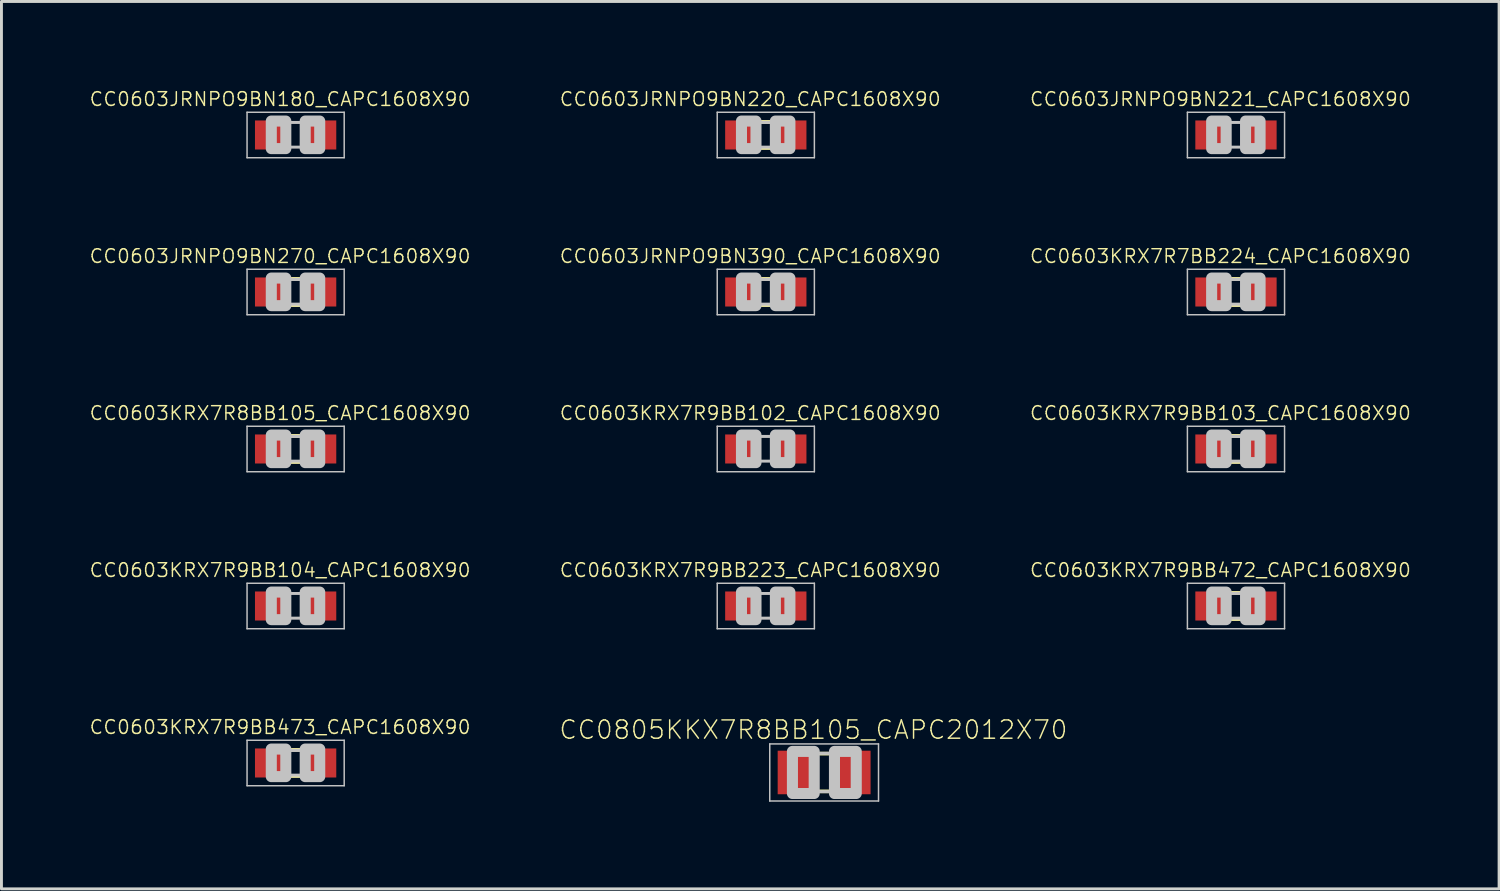
<source format=kicad_pcb>
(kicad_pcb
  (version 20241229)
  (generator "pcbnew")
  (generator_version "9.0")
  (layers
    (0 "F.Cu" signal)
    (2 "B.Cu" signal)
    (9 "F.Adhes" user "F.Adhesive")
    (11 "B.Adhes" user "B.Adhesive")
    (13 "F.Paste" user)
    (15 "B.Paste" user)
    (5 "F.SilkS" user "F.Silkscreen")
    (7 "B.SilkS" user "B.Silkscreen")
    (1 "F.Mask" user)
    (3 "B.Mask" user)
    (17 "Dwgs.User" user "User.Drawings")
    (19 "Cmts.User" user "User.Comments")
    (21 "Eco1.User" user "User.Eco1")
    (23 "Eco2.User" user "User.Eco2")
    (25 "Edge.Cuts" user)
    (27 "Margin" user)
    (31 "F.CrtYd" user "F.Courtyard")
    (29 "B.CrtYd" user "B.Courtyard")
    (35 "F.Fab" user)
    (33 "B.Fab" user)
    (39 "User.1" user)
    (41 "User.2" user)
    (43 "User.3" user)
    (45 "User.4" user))
  (footprint "CC0805KKX7R8BB105_CAPC2012X70"
    (layer "F.Cu")
    (at 25.335 23.556)
    (property "Reference" "CC0805KKX7R8BB105_CAPC2012X70" (at -0.37 -1.47 0) (layer "F.SilkS") (effects (font (size 0.63 0.63) (thickness 0.05))))
    (attr smd)
    (fp_line (start -0.15 -0.65) (end 0.15 -0.65) (stroke (width 0.127) (type solid)) (layer "F.SilkS"))
    (fp_line (start -0.15 0.65) (end 0.15 0.65) (stroke (width 0.127) (type solid)) (layer "F.SilkS"))
    (fp_line (start -1.873 -0.983) (end 1.873 -0.983) (stroke (width 0.051) (type solid)) (layer "Dwgs.User"))
    (fp_line (start -1.873 0.983) (end -1.873 -0.983) (stroke (width 0.051) (type solid)) (layer "Dwgs.User"))
    (fp_line (start -0.381 -0.66) (end 0.381 -0.66) (stroke (width 0.102) (type solid)) (layer "Dwgs.User"))
    (fp_line (start -0.356 0.66) (end 0.381 0.66) (stroke (width 0.102) (type solid)) (layer "Dwgs.User"))
    (fp_line (start 1.873 -0.983) (end 1.873 0.983) (stroke (width 0.051) (type solid)) (layer "Dwgs.User"))
    (fp_line (start 1.873 0.983) (end -1.873 0.983) (stroke (width 0.051) (type solid)) (layer "Dwgs.User"))
    (fp_poly (pts (xy -1.092 -0.726) (xy -0.342 -0.726) (xy -0.342 0.724) (xy -1.092 0.724)) (stroke (width 0.381) (type solid)) (fill no) (layer "Dwgs.User"))
    (fp_poly (pts (xy 0.356 -0.726) (xy 1.106 -0.726) (xy 1.106 0.724) (xy 0.356 0.724)) (stroke (width 0.381) (type solid)) (fill no) (layer "Dwgs.User"))
    (pad "1" smd rect (at -0.95 0) (size 1.3 1.5) (layers "F.Cu" "F.Mask" "F.Paste"))
    (pad "2" smd rect (at 0.95 0) (size 1.3 1.5) (layers "F.Cu" "F.Mask" "F.Paste")))
  (footprint "CC0603KRX7R8BB105_CAPC1608X90"
    (layer "F.Cu")
    (at 7.132 12.414)
    (property "Reference" "CC0603KRX7R8BB105_CAPC1608X90" (at -0.535 -1.235 0) (layer "F.SilkS") (effects (font (size 0.472 0.472) (thickness 0.05))))
    (attr smd)
    (fp_line (start -0.15 -0.45) (end 0.15 -0.45) (stroke (width 0.127) (type solid)) (layer "F.SilkS"))
    (fp_line (start -0.15 0.45) (end 0.15 0.45) (stroke (width 0.127) (type solid)) (layer "F.SilkS"))
    (fp_line (start -1.673 -0.783) (end 1.673 -0.783) (stroke (width 0.051) (type solid)) (layer "Dwgs.User"))
    (fp_line (start -1.673 0.783) (end -1.673 -0.783) (stroke (width 0.051) (type solid)) (layer "Dwgs.User"))
    (fp_line (start -0.356 -0.432) (end 0.356 -0.432) (stroke (width 0.102) (type solid)) (layer "Dwgs.User"))
    (fp_line (start -0.356 0.419) (end 0.356 0.419) (stroke (width 0.102) (type solid)) (layer "Dwgs.User"))
    (fp_line (start 1.673 -0.783) (end 1.673 0.783) (stroke (width 0.051) (type solid)) (layer "Dwgs.User"))
    (fp_line (start 1.673 0.783) (end -1.673 0.783) (stroke (width 0.051) (type solid)) (layer "Dwgs.User"))
    (fp_poly (pts (xy -0.838 -0.48) (xy -0.338 -0.48) (xy -0.338 0.47) (xy -0.838 0.47)) (stroke (width 0.381) (type solid)) (fill no) (layer "Dwgs.User"))
    (fp_poly (pts (xy 0.33 -0.48) (xy 0.83 -0.48) (xy 0.83 0.47) (xy 0.33 0.47)) (stroke (width 0.381) (type solid)) (fill no) (layer "Dwgs.User"))
    (pad "1" smd rect (at -0.85 0) (size 1.1 1) (layers "F.Cu" "F.Mask" "F.Paste"))
    (pad "2" smd rect (at 0.85 0) (size 1.1 1) (layers "F.Cu" "F.Mask" "F.Paste")))
  (footprint "CC0603KRX7R9BB472_CAPC1608X90"
    (layer "F.Cu")
    (at 39.52 17.822)
    (property "Reference" "CC0603KRX7R9BB472_CAPC1608X90" (at -0.535 -1.235 0) (layer "F.SilkS") (effects (font (size 0.472 0.472) (thickness 0.05))))
    (attr smd)
    (fp_line (start -0.15 -0.45) (end 0.15 -0.45) (stroke (width 0.127) (type solid)) (layer "F.SilkS"))
    (fp_line (start -0.15 0.45) (end 0.15 0.45) (stroke (width 0.127) (type solid)) (layer "F.SilkS"))
    (fp_line (start -1.673 -0.783) (end 1.673 -0.783) (stroke (width 0.051) (type solid)) (layer "Dwgs.User"))
    (fp_line (start -1.673 0.783) (end -1.673 -0.783) (stroke (width 0.051) (type solid)) (layer "Dwgs.User"))
    (fp_line (start -0.356 -0.432) (end 0.356 -0.432) (stroke (width 0.102) (type solid)) (layer "Dwgs.User"))
    (fp_line (start -0.356 0.419) (end 0.356 0.419) (stroke (width 0.102) (type solid)) (layer "Dwgs.User"))
    (fp_line (start 1.673 -0.783) (end 1.673 0.783) (stroke (width 0.051) (type solid)) (layer "Dwgs.User"))
    (fp_line (start 1.673 0.783) (end -1.673 0.783) (stroke (width 0.051) (type solid)) (layer "Dwgs.User"))
    (fp_poly (pts (xy -0.838 -0.48) (xy -0.338 -0.48) (xy -0.338 0.47) (xy -0.838 0.47)) (stroke (width 0.381) (type solid)) (fill no) (layer "Dwgs.User"))
    (fp_poly (pts (xy 0.33 -0.48) (xy 0.83 -0.48) (xy 0.83 0.47) (xy 0.33 0.47)) (stroke (width 0.381) (type solid)) (fill no) (layer "Dwgs.User"))
    (pad "1" smd rect (at -0.85 0) (size 1.1 1) (layers "F.Cu" "F.Mask" "F.Paste"))
    (pad "2" smd rect (at 0.85 0) (size 1.1 1) (layers "F.Cu" "F.Mask" "F.Paste")))
  (footprint "CC0603KRX7R9BB102_CAPC1608X90"
    (layer "F.Cu")
    (at 23.326 12.414)
    (property "Reference" "CC0603KRX7R9BB102_CAPC1608X90" (at -0.535 -1.235 0) (layer "F.SilkS") (effects (font (size 0.472 0.472) (thickness 0.05))))
    (attr smd)
    (fp_line (start -1.673 -0.783) (end 1.673 -0.783) (stroke (width 0.051) (type solid)) (layer "Dwgs.User"))
    (fp_line (start -1.673 0.783) (end -1.673 -0.783) (stroke (width 0.051) (type solid)) (layer "Dwgs.User"))
    (fp_line (start -0.356 -0.432) (end 0.356 -0.432) (stroke (width 0.102) (type solid)) (layer "Dwgs.User"))
    (fp_line (start -0.356 0.419) (end 0.356 0.419) (stroke (width 0.102) (type solid)) (layer "Dwgs.User"))
    (fp_line (start 1.673 -0.783) (end 1.673 0.783) (stroke (width 0.051) (type solid)) (layer "Dwgs.User"))
    (fp_line (start 1.673 0.783) (end -1.673 0.783) (stroke (width 0.051) (type solid)) (layer "Dwgs.User"))
    (fp_poly (pts (xy -0.838 -0.48) (xy -0.338 -0.48) (xy -0.338 0.47) (xy -0.838 0.47)) (stroke (width 0.381) (type solid)) (fill no) (layer "Dwgs.User"))
    (fp_poly (pts (xy 0.33 -0.48) (xy 0.83 -0.48) (xy 0.83 0.47) (xy 0.33 0.47)) (stroke (width 0.381) (type solid)) (fill no) (layer "Dwgs.User"))
    (pad "1" smd rect (at -0.85 0) (size 1.1 1) (layers "F.Cu" "F.Mask" "F.Paste"))
    (pad "2" smd rect (at 0.85 0) (size 1.1 1) (layers "F.Cu" "F.Mask" "F.Paste")))
  (footprint "CC0603KRX7R9BB223_CAPC1608X90"
    (layer "F.Cu")
    (at 23.326 17.822)
    (property "Reference" "CC0603KRX7R9BB223_CAPC1608X90" (at -0.535 -1.235 0) (layer "F.SilkS") (effects (font (size 0.472 0.472) (thickness 0.05))))
    (attr smd)
    (fp_line (start -1.673 -0.783) (end 1.673 -0.783) (stroke (width 0.051) (type solid)) (layer "Dwgs.User"))
    (fp_line (start -1.673 0.783) (end -1.673 -0.783) (stroke (width 0.051) (type solid)) (layer "Dwgs.User"))
    (fp_line (start -0.356 -0.432) (end 0.356 -0.432) (stroke (width 0.102) (type solid)) (layer "Dwgs.User"))
    (fp_line (start -0.356 0.419) (end 0.356 0.419) (stroke (width 0.102) (type solid)) (layer "Dwgs.User"))
    (fp_line (start 1.673 -0.783) (end 1.673 0.783) (stroke (width 0.051) (type solid)) (layer "Dwgs.User"))
    (fp_line (start 1.673 0.783) (end -1.673 0.783) (stroke (width 0.051) (type solid)) (layer "Dwgs.User"))
    (fp_poly (pts (xy -0.838 -0.48) (xy -0.338 -0.48) (xy -0.338 0.47) (xy -0.838 0.47)) (stroke (width 0.381) (type solid)) (fill no) (layer "Dwgs.User"))
    (fp_poly (pts (xy 0.33 -0.48) (xy 0.83 -0.48) (xy 0.83 0.47) (xy 0.33 0.47)) (stroke (width 0.381) (type solid)) (fill no) (layer "Dwgs.User"))
    (pad "1" smd rect (at -0.85 0) (size 1.1 1) (layers "F.Cu" "F.Mask" "F.Paste"))
    (pad "2" smd rect (at 0.85 0) (size 1.1 1) (layers "F.Cu" "F.Mask" "F.Paste")))
  (footprint "CC0603JRNPO9BN180_CAPC1608X90"
    (layer "F.Cu")
    (at 7.132 1.599)
    (property "Reference" "CC0603JRNPO9BN180_CAPC1608X90" (at -0.535 -1.235 0) (layer "F.SilkS") (effects (font (size 0.472 0.472) (thickness 0.05))))
    (attr smd)
    (fp_line (start -1.673 -0.783) (end 1.673 -0.783) (stroke (width 0.051) (type solid)) (layer "Dwgs.User"))
    (fp_line (start -1.673 0.783) (end -1.673 -0.783) (stroke (width 0.051) (type solid)) (layer "Dwgs.User"))
    (fp_line (start -0.356 -0.432) (end 0.356 -0.432) (stroke (width 0.102) (type solid)) (layer "Dwgs.User"))
    (fp_line (start -0.356 0.419) (end 0.356 0.419) (stroke (width 0.102) (type solid)) (layer "Dwgs.User"))
    (fp_line (start 1.673 -0.783) (end 1.673 0.783) (stroke (width 0.051) (type solid)) (layer "Dwgs.User"))
    (fp_line (start 1.673 0.783) (end -1.673 0.783) (stroke (width 0.051) (type solid)) (layer "Dwgs.User"))
    (fp_poly (pts (xy -0.838 -0.48) (xy -0.338 -0.48) (xy -0.338 0.47) (xy -0.838 0.47)) (stroke (width 0.381) (type solid)) (fill no) (layer "Dwgs.User"))
    (fp_poly (pts (xy 0.33 -0.48) (xy 0.83 -0.48) (xy 0.83 0.47) (xy 0.33 0.47)) (stroke (width 0.381) (type solid)) (fill no) (layer "Dwgs.User"))
    (pad "1" smd rect (at -0.85 0) (size 1.1 1) (layers "F.Cu" "F.Mask" "F.Paste"))
    (pad "2" smd rect (at 0.85 0) (size 1.1 1) (layers "F.Cu" "F.Mask" "F.Paste")))
  (footprint "CC0603JRNPO9BN390_CAPC1608X90"
    (layer "F.Cu")
    (at 23.326 7.007)
    (property "Reference" "CC0603JRNPO9BN390_CAPC1608X90" (at -0.535 -1.235 0) (layer "F.SilkS") (effects (font (size 0.472 0.472) (thickness 0.05))))
    (attr smd)
    (fp_line (start -0.15 -0.45) (end 0.15 -0.45) (stroke (width 0.127) (type solid)) (layer "F.SilkS"))
    (fp_line (start -0.15 0.45) (end 0.15 0.45) (stroke (width 0.127) (type solid)) (layer "F.SilkS"))
    (fp_line (start -1.673 -0.783) (end 1.673 -0.783) (stroke (width 0.051) (type solid)) (layer "Dwgs.User"))
    (fp_line (start -1.673 0.783) (end -1.673 -0.783) (stroke (width 0.051) (type solid)) (layer "Dwgs.User"))
    (fp_line (start -0.356 -0.432) (end 0.356 -0.432) (stroke (width 0.102) (type solid)) (layer "Dwgs.User"))
    (fp_line (start -0.356 0.419) (end 0.356 0.419) (stroke (width 0.102) (type solid)) (layer "Dwgs.User"))
    (fp_line (start 1.673 -0.783) (end 1.673 0.783) (stroke (width 0.051) (type solid)) (layer "Dwgs.User"))
    (fp_line (start 1.673 0.783) (end -1.673 0.783) (stroke (width 0.051) (type solid)) (layer "Dwgs.User"))
    (fp_poly (pts (xy -0.838 -0.48) (xy -0.338 -0.48) (xy -0.338 0.47) (xy -0.838 0.47)) (stroke (width 0.381) (type solid)) (fill no) (layer "Dwgs.User"))
    (fp_poly (pts (xy 0.33 -0.48) (xy 0.83 -0.48) (xy 0.83 0.47) (xy 0.33 0.47)) (stroke (width 0.381) (type solid)) (fill no) (layer "Dwgs.User"))
    (pad "1" smd rect (at -0.85 0) (size 1.1 1) (layers "F.Cu" "F.Mask" "F.Paste"))
    (pad "2" smd rect (at 0.85 0) (size 1.1 1) (layers "F.Cu" "F.Mask" "F.Paste")))
  (footprint "CC0603JRNPO9BN270_CAPC1608X90"
    (layer "F.Cu")
    (at 7.132 7.007)
    (property "Reference" "CC0603JRNPO9BN270_CAPC1608X90" (at -0.535 -1.235 0) (layer "F.SilkS") (effects (font (size 0.472 0.472) (thickness 0.05))))
    (attr smd)
    (fp_line (start -0.15 -0.45) (end 0.15 -0.45) (stroke (width 0.127) (type solid)) (layer "F.SilkS"))
    (fp_line (start -0.15 0.45) (end 0.15 0.45) (stroke (width 0.127) (type solid)) (layer "F.SilkS"))
    (fp_line (start -1.673 -0.783) (end 1.673 -0.783) (stroke (width 0.051) (type solid)) (layer "Dwgs.User"))
    (fp_line (start -1.673 0.783) (end -1.673 -0.783) (stroke (width 0.051) (type solid)) (layer "Dwgs.User"))
    (fp_line (start -0.356 -0.432) (end 0.356 -0.432) (stroke (width 0.102) (type solid)) (layer "Dwgs.User"))
    (fp_line (start -0.356 0.419) (end 0.356 0.419) (stroke (width 0.102) (type solid)) (layer "Dwgs.User"))
    (fp_line (start 1.673 -0.783) (end 1.673 0.783) (stroke (width 0.051) (type solid)) (layer "Dwgs.User"))
    (fp_line (start 1.673 0.783) (end -1.673 0.783) (stroke (width 0.051) (type solid)) (layer "Dwgs.User"))
    (fp_poly (pts (xy -0.838 -0.48) (xy -0.338 -0.48) (xy -0.338 0.47) (xy -0.838 0.47)) (stroke (width 0.381) (type solid)) (fill no) (layer "Dwgs.User"))
    (fp_poly (pts (xy 0.33 -0.48) (xy 0.83 -0.48) (xy 0.83 0.47) (xy 0.33 0.47)) (stroke (width 0.381) (type solid)) (fill no) (layer "Dwgs.User"))
    (pad "1" smd rect (at -0.85 0) (size 1.1 1) (layers "F.Cu" "F.Mask" "F.Paste"))
    (pad "2" smd rect (at 0.85 0) (size 1.1 1) (layers "F.Cu" "F.Mask" "F.Paste")))
  (footprint "CC0603KRX7R9BB104_CAPC1608X90"
    (layer "F.Cu")
    (at 7.132 17.822)
    (property "Reference" "CC0603KRX7R9BB104_CAPC1608X90" (at -0.535 -1.235 0) (layer "F.SilkS") (effects (font (size 0.472 0.472) (thickness 0.05))))
    (attr smd)
    (fp_line (start -1.673 -0.783) (end 1.673 -0.783) (stroke (width 0.051) (type solid)) (layer "Dwgs.User"))
    (fp_line (start -1.673 0.783) (end -1.673 -0.783) (stroke (width 0.051) (type solid)) (layer "Dwgs.User"))
    (fp_line (start -0.356 -0.432) (end 0.356 -0.432) (stroke (width 0.102) (type solid)) (layer "Dwgs.User"))
    (fp_line (start -0.356 0.419) (end 0.356 0.419) (stroke (width 0.102) (type solid)) (layer "Dwgs.User"))
    (fp_line (start 1.673 -0.783) (end 1.673 0.783) (stroke (width 0.051) (type solid)) (layer "Dwgs.User"))
    (fp_line (start 1.673 0.783) (end -1.673 0.783) (stroke (width 0.051) (type solid)) (layer "Dwgs.User"))
    (fp_poly (pts (xy -0.838 -0.48) (xy -0.338 -0.48) (xy -0.338 0.47) (xy -0.838 0.47)) (stroke (width 0.381) (type solid)) (fill no) (layer "Dwgs.User"))
    (fp_poly (pts (xy 0.33 -0.48) (xy 0.83 -0.48) (xy 0.83 0.47) (xy 0.33 0.47)) (stroke (width 0.381) (type solid)) (fill no) (layer "Dwgs.User"))
    (pad "1" smd rect (at -0.85 0) (size 1.1 1) (layers "F.Cu" "F.Mask" "F.Paste"))
    (pad "2" smd rect (at 0.85 0) (size 1.1 1) (layers "F.Cu" "F.Mask" "F.Paste")))
  (footprint "CC0603KRX7R7BB224_CAPC1608X90"
    (layer "F.Cu")
    (at 39.52 7.007)
    (property "Reference" "CC0603KRX7R7BB224_CAPC1608X90" (at -0.535 -1.235 0) (layer "F.SilkS") (effects (font (size 0.472 0.472) (thickness 0.05))))
    (attr smd)
    (fp_line (start -0.15 -0.45) (end 0.15 -0.45) (stroke (width 0.127) (type solid)) (layer "F.SilkS"))
    (fp_line (start -0.15 0.45) (end 0.15 0.45) (stroke (width 0.127) (type solid)) (layer "F.SilkS"))
    (fp_line (start -1.673 -0.783) (end 1.673 -0.783) (stroke (width 0.051) (type solid)) (layer "Dwgs.User"))
    (fp_line (start -1.673 0.783) (end -1.673 -0.783) (stroke (width 0.051) (type solid)) (layer "Dwgs.User"))
    (fp_line (start -0.356 -0.432) (end 0.356 -0.432) (stroke (width 0.102) (type solid)) (layer "Dwgs.User"))
    (fp_line (start -0.356 0.419) (end 0.356 0.419) (stroke (width 0.102) (type solid)) (layer "Dwgs.User"))
    (fp_line (start 1.673 -0.783) (end 1.673 0.783) (stroke (width 0.051) (type solid)) (layer "Dwgs.User"))
    (fp_line (start 1.673 0.783) (end -1.673 0.783) (stroke (width 0.051) (type solid)) (layer "Dwgs.User"))
    (fp_poly (pts (xy -0.838 -0.48) (xy -0.338 -0.48) (xy -0.338 0.47) (xy -0.838 0.47)) (stroke (width 0.381) (type solid)) (fill no) (layer "Dwgs.User"))
    (fp_poly (pts (xy 0.33 -0.48) (xy 0.83 -0.48) (xy 0.83 0.47) (xy 0.33 0.47)) (stroke (width 0.381) (type solid)) (fill no) (layer "Dwgs.User"))
    (pad "1" smd rect (at -0.85 0) (size 1.1 1) (layers "F.Cu" "F.Mask" "F.Paste"))
    (pad "2" smd rect (at 0.85 0) (size 1.1 1) (layers "F.Cu" "F.Mask" "F.Paste")))
  (footprint "CC0603JRNPO9BN220_CAPC1608X90"
    (layer "F.Cu")
    (at 23.326 1.599)
    (property "Reference" "CC0603JRNPO9BN220_CAPC1608X90" (at -0.535 -1.235 0) (layer "F.SilkS") (effects (font (size 0.472 0.472) (thickness 0.05))))
    (attr smd)
    (fp_line (start -0.15 -0.45) (end 0.15 -0.45) (stroke (width 0.127) (type solid)) (layer "F.SilkS"))
    (fp_line (start -0.15 0.45) (end 0.15 0.45) (stroke (width 0.127) (type solid)) (layer "F.SilkS"))
    (fp_line (start -1.673 -0.783) (end 1.673 -0.783) (stroke (width 0.051) (type solid)) (layer "Dwgs.User"))
    (fp_line (start -1.673 0.783) (end -1.673 -0.783) (stroke (width 0.051) (type solid)) (layer "Dwgs.User"))
    (fp_line (start -0.356 -0.432) (end 0.356 -0.432) (stroke (width 0.102) (type solid)) (layer "Dwgs.User"))
    (fp_line (start -0.356 0.419) (end 0.356 0.419) (stroke (width 0.102) (type solid)) (layer "Dwgs.User"))
    (fp_line (start 1.673 -0.783) (end 1.673 0.783) (stroke (width 0.051) (type solid)) (layer "Dwgs.User"))
    (fp_line (start 1.673 0.783) (end -1.673 0.783) (stroke (width 0.051) (type solid)) (layer "Dwgs.User"))
    (fp_poly (pts (xy -0.838 -0.48) (xy -0.338 -0.48) (xy -0.338 0.47) (xy -0.838 0.47)) (stroke (width 0.381) (type solid)) (fill no) (layer "Dwgs.User"))
    (fp_poly (pts (xy 0.33 -0.48) (xy 0.83 -0.48) (xy 0.83 0.47) (xy 0.33 0.47)) (stroke (width 0.381) (type solid)) (fill no) (layer "Dwgs.User"))
    (pad "1" smd rect (at -0.85 0) (size 1.1 1) (layers "F.Cu" "F.Mask" "F.Paste"))
    (pad "2" smd rect (at 0.85 0) (size 1.1 1) (layers "F.Cu" "F.Mask" "F.Paste")))
  (footprint "CC0603KRX7R9BB473_CAPC1608X90"
    (layer "F.Cu")
    (at 7.132 23.229)
    (property "Reference" "CC0603KRX7R9BB473_CAPC1608X90" (at -0.535 -1.235 0) (layer "F.SilkS") (effects (font (size 0.472 0.472) (thickness 0.05))))
    (attr smd)
    (fp_line (start -0.15 -0.45) (end 0.15 -0.45) (stroke (width 0.127) (type solid)) (layer "F.SilkS"))
    (fp_line (start -0.15 0.45) (end 0.15 0.45) (stroke (width 0.127) (type solid)) (layer "F.SilkS"))
    (fp_line (start -1.673 -0.783) (end 1.673 -0.783) (stroke (width 0.051) (type solid)) (layer "Dwgs.User"))
    (fp_line (start -1.673 0.783) (end -1.673 -0.783) (stroke (width 0.051) (type solid)) (layer "Dwgs.User"))
    (fp_line (start -0.356 -0.432) (end 0.356 -0.432) (stroke (width 0.102) (type solid)) (layer "Dwgs.User"))
    (fp_line (start -0.356 0.419) (end 0.356 0.419) (stroke (width 0.102) (type solid)) (layer "Dwgs.User"))
    (fp_line (start 1.673 -0.783) (end 1.673 0.783) (stroke (width 0.051) (type solid)) (layer "Dwgs.User"))
    (fp_line (start 1.673 0.783) (end -1.673 0.783) (stroke (width 0.051) (type solid)) (layer "Dwgs.User"))
    (fp_poly (pts (xy -0.838 -0.48) (xy -0.338 -0.48) (xy -0.338 0.47) (xy -0.838 0.47)) (stroke (width 0.381) (type solid)) (fill no) (layer "Dwgs.User"))
    (fp_poly (pts (xy 0.33 -0.48) (xy 0.83 -0.48) (xy 0.83 0.47) (xy 0.33 0.47)) (stroke (width 0.381) (type solid)) (fill no) (layer "Dwgs.User"))
    (pad "1" smd rect (at -0.85 0) (size 1.1 1) (layers "F.Cu" "F.Mask" "F.Paste"))
    (pad "2" smd rect (at 0.85 0) (size 1.1 1) (layers "F.Cu" "F.Mask" "F.Paste")))
  (footprint "CC0603JRNPO9BN221_CAPC1608X90"
    (layer "F.Cu")
    (at 39.52 1.599)
    (property "Reference" "CC0603JRNPO9BN221_CAPC1608X90" (at -0.535 -1.235 0) (layer "F.SilkS") (effects (font (size 0.472 0.472) (thickness 0.05))))
    (attr smd)
    (fp_line (start -1.673 -0.783) (end 1.673 -0.783) (stroke (width 0.051) (type solid)) (layer "Dwgs.User"))
    (fp_line (start -1.673 0.783) (end -1.673 -0.783) (stroke (width 0.051) (type solid)) (layer "Dwgs.User"))
    (fp_line (start -0.356 -0.432) (end 0.356 -0.432) (stroke (width 0.102) (type solid)) (layer "Dwgs.User"))
    (fp_line (start -0.356 0.419) (end 0.356 0.419) (stroke (width 0.102) (type solid)) (layer "Dwgs.User"))
    (fp_line (start 1.673 -0.783) (end 1.673 0.783) (stroke (width 0.051) (type solid)) (layer "Dwgs.User"))
    (fp_line (start 1.673 0.783) (end -1.673 0.783) (stroke (width 0.051) (type solid)) (layer "Dwgs.User"))
    (fp_poly (pts (xy -0.838 -0.48) (xy -0.338 -0.48) (xy -0.338 0.47) (xy -0.838 0.47)) (stroke (width 0.381) (type solid)) (fill no) (layer "Dwgs.User"))
    (fp_poly (pts (xy 0.33 -0.48) (xy 0.83 -0.48) (xy 0.83 0.47) (xy 0.33 0.47)) (stroke (width 0.381) (type solid)) (fill no) (layer "Dwgs.User"))
    (pad "1" smd rect (at -0.85 0) (size 1.1 1) (layers "F.Cu" "F.Mask" "F.Paste"))
    (pad "2" smd rect (at 0.85 0) (size 1.1 1) (layers "F.Cu" "F.Mask" "F.Paste")))
  (footprint "CC0603KRX7R9BB103_CAPC1608X90"
    (layer "F.Cu")
    (at 39.52 12.414)
    (property "Reference" "CC0603KRX7R9BB103_CAPC1608X90" (at -0.535 -1.235 0) (layer "F.SilkS") (effects (font (size 0.472 0.472) (thickness 0.05))))
    (attr smd)
    (fp_line (start -0.15 -0.45) (end 0.15 -0.45) (stroke (width 0.127) (type solid)) (layer "F.SilkS"))
    (fp_line (start -0.15 0.45) (end 0.15 0.45) (stroke (width 0.127) (type solid)) (layer "F.SilkS"))
    (fp_line (start -1.673 -0.783) (end 1.673 -0.783) (stroke (width 0.051) (type solid)) (layer "Dwgs.User"))
    (fp_line (start -1.673 0.783) (end -1.673 -0.783) (stroke (width 0.051) (type solid)) (layer "Dwgs.User"))
    (fp_line (start -0.356 -0.432) (end 0.356 -0.432) (stroke (width 0.102) (type solid)) (layer "Dwgs.User"))
    (fp_line (start -0.356 0.419) (end 0.356 0.419) (stroke (width 0.102) (type solid)) (layer "Dwgs.User"))
    (fp_line (start 1.673 -0.783) (end 1.673 0.783) (stroke (width 0.051) (type solid)) (layer "Dwgs.User"))
    (fp_line (start 1.673 0.783) (end -1.673 0.783) (stroke (width 0.051) (type solid)) (layer "Dwgs.User"))
    (fp_poly (pts (xy -0.838 -0.48) (xy -0.338 -0.48) (xy -0.338 0.47) (xy -0.838 0.47)) (stroke (width 0.381) (type solid)) (fill no) (layer "Dwgs.User"))
    (fp_poly (pts (xy 0.33 -0.48) (xy 0.83 -0.48) (xy 0.83 0.47) (xy 0.33 0.47)) (stroke (width 0.381) (type solid)) (fill no) (layer "Dwgs.User"))
    (pad "1" smd rect (at -0.85 0) (size 1.1 1) (layers "F.Cu" "F.Mask" "F.Paste"))
    (pad "2" smd rect (at 0.85 0) (size 1.1 1) (layers "F.Cu" "F.Mask" "F.Paste")))
  (gr_rect
    (start -3 -3)
    (end 48.582 27.565)
    (stroke (width 0.1) (type default))
    (fill no)
    (layer "Edge.Cuts")))
</source>
